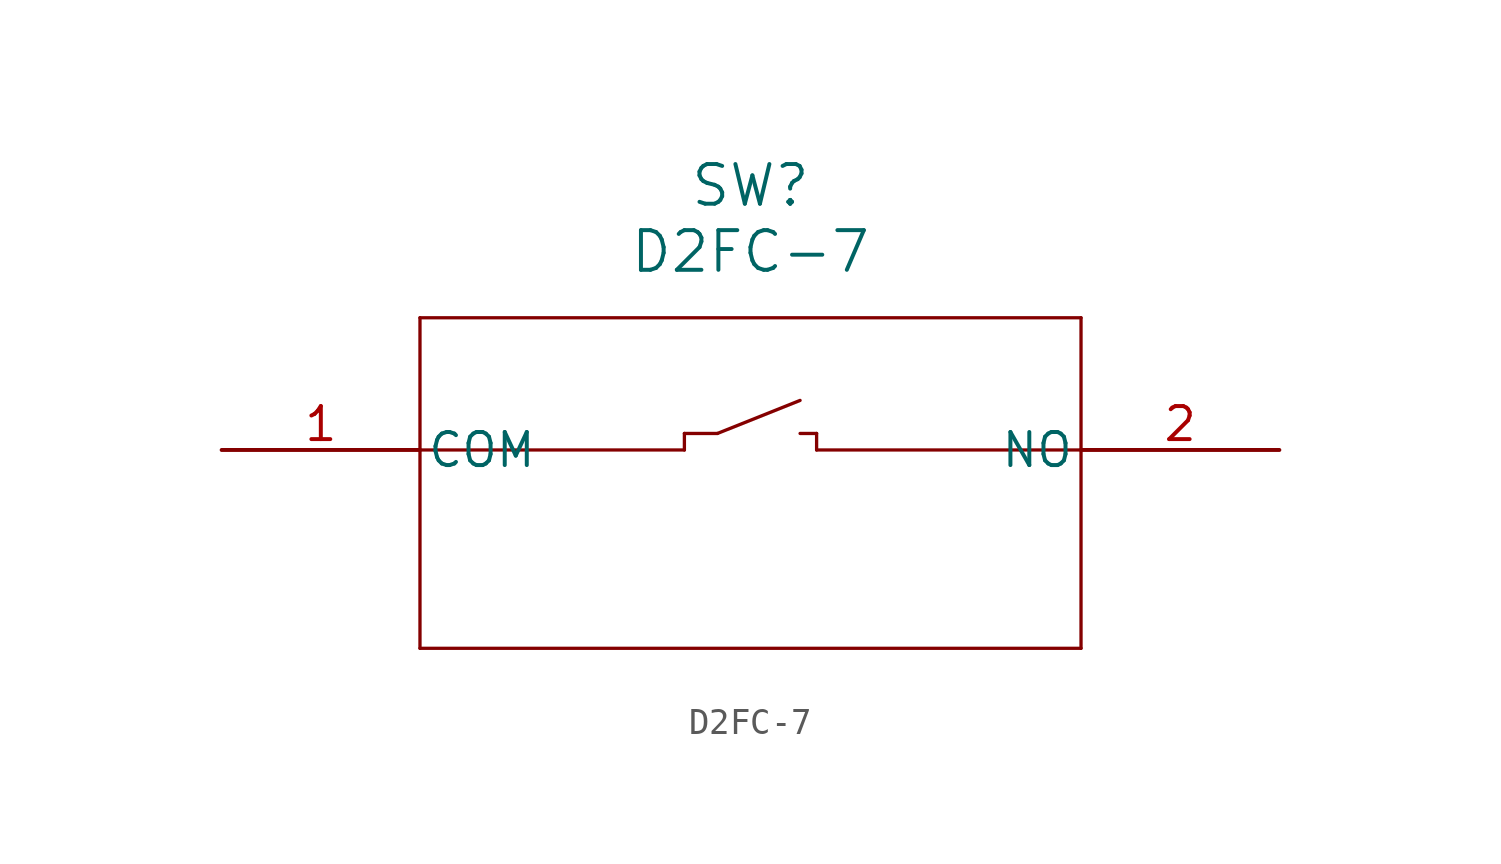
<source format=kicad_sym>
(kicad_symbol_lib
  (version 20211014)
  (generator kicad_symbol_editor)
  (symbol "D2FC-7"
    (pin_names
      (offset 0.254))
    (property "Reference" "SW"
      (at 20.32 10.16 0)
      (effects (font (size 1.524 1.524))))
    (property "Value" "D2FC-7"
      (at 20.32 7.62 0)
      (effects (font (size 1.524 1.524))))
    (symbol "D2FC-7_0_1"
      (polyline (pts (xy 7.62 5.08) (xy 7.62 -7.62)) (stroke (width 0.127) (type default) (color 0 0 0 0)) (fill (type none)))
      (polyline (pts (xy 7.62 -7.62) (xy 33.02 -7.62)) (stroke (width 0.127) (type default) (color 0 0 0 0)) (fill (type none)))
      (polyline (pts (xy 33.02 -7.62) (xy 33.02 5.08)) (stroke (width 0.127) (type default) (color 0 0 0 0)) (fill (type none)))
      (polyline (pts (xy 33.02 5.08) (xy 7.62 5.08)) (stroke (width 0.127) (type default) (color 0 0 0 0)) (fill (type none)))
      (polyline (pts (xy 7.62 0) (xy 17.78 0)) (stroke (width 0.127) (type default) (color 0 0 0 0)) (fill (type none)))
      (polyline (pts (xy 22.86 0) (xy 33.02 0)) (stroke (width 0.127) (type default) (color 0 0 0 0)) (fill (type none)))
      (polyline (pts (xy 19.05 0.635) (xy 22.225 1.905)) (stroke (width 0.127) (type default) (color 0 0 0 0)) (fill (type none)))
      (polyline (pts (xy 22.86 0) (xy 22.86 0.635)) (stroke (width 0.127) (type default) (color 0 0 0 0)) (fill (type none)))
      (polyline (pts (xy 22.86 0.635) (xy 22.225 0.635)) (stroke (width 0.127) (type default) (color 0 0 0 0)) (fill (type none)))
      (polyline (pts (xy 17.78 0) (xy 17.78 0.635)) (stroke (width 0.127) (type default) (color 0 0 0 0)) (fill (type none)))
      (polyline (pts (xy 17.78 0.635) (xy 19.05 0.635)) (stroke (width 0.127) (type default) (color 0 0 0 0)) (fill (type none)))
      (pin unspecified line (at 0 0 0) (length 7.62) (name "COM" (effects (font (size 1.27 1.27)))) (number "1" (effects (font (size 1.27 1.27)))))
      (pin unspecified line (at 40.64 0 180) (length 7.62) (name "NO" (effects (font (size 1.27 1.27)))) (number "2" (effects (font (size 1.27 1.27))))))))
</source>
